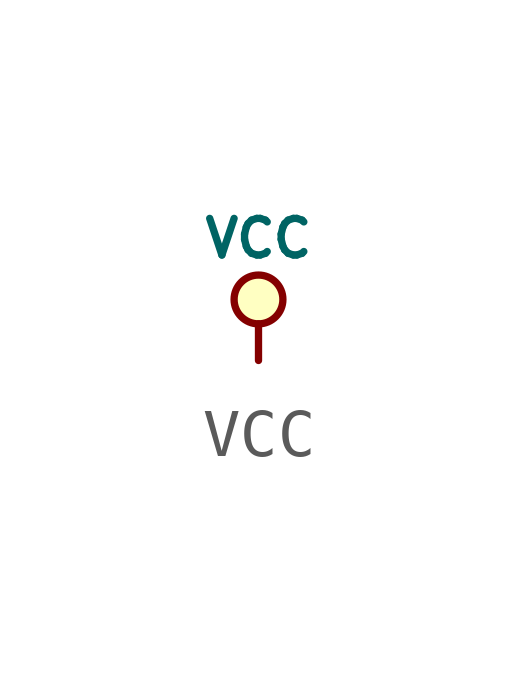
<source format=kicad_sym>
(kicad_symbol_lib
  (version 20231120)
  (generator "kicad_symbol_editor")
  (generator_version "8.0")
  (symbol "VCC"
    (power)
    (pin_names
      (offset 0))
    (property "Reference" "#PWR"
      (at 0 2.54 0)
      (effects (font (size 0.762 0.762)) (hide yes)))
    (property "Value" "VCC"
      (at 0 2.54 0)
      (effects (font (size 0.762 0.762))))
    (property "Footprint" ""
      (at 0 0 0)
      (effects (font (size 1.524 1.524))))
    (property "Datasheet" ""
      (at 0 0 0)
      (effects (font (size 1.524 1.524))))
    (symbol "VCC_0_0"
      (pin power_in line (at 0 0 90) (length 0) hide (name "VCC" (effects (font (size 0.508 0.508)))) (number "1" (effects (font (size 0.508 0.508))))))
    (symbol "VCC_0_1"
      (polyline (pts (xy 0 0) (xy 0 0.762) (xy 0 0.762)) (stroke (width 0) (type default)) (fill (type none)))
      (circle (center 0 1.27) (radius 0.508) (stroke (width 0) (type default)) (fill (type background))))))
</source>
